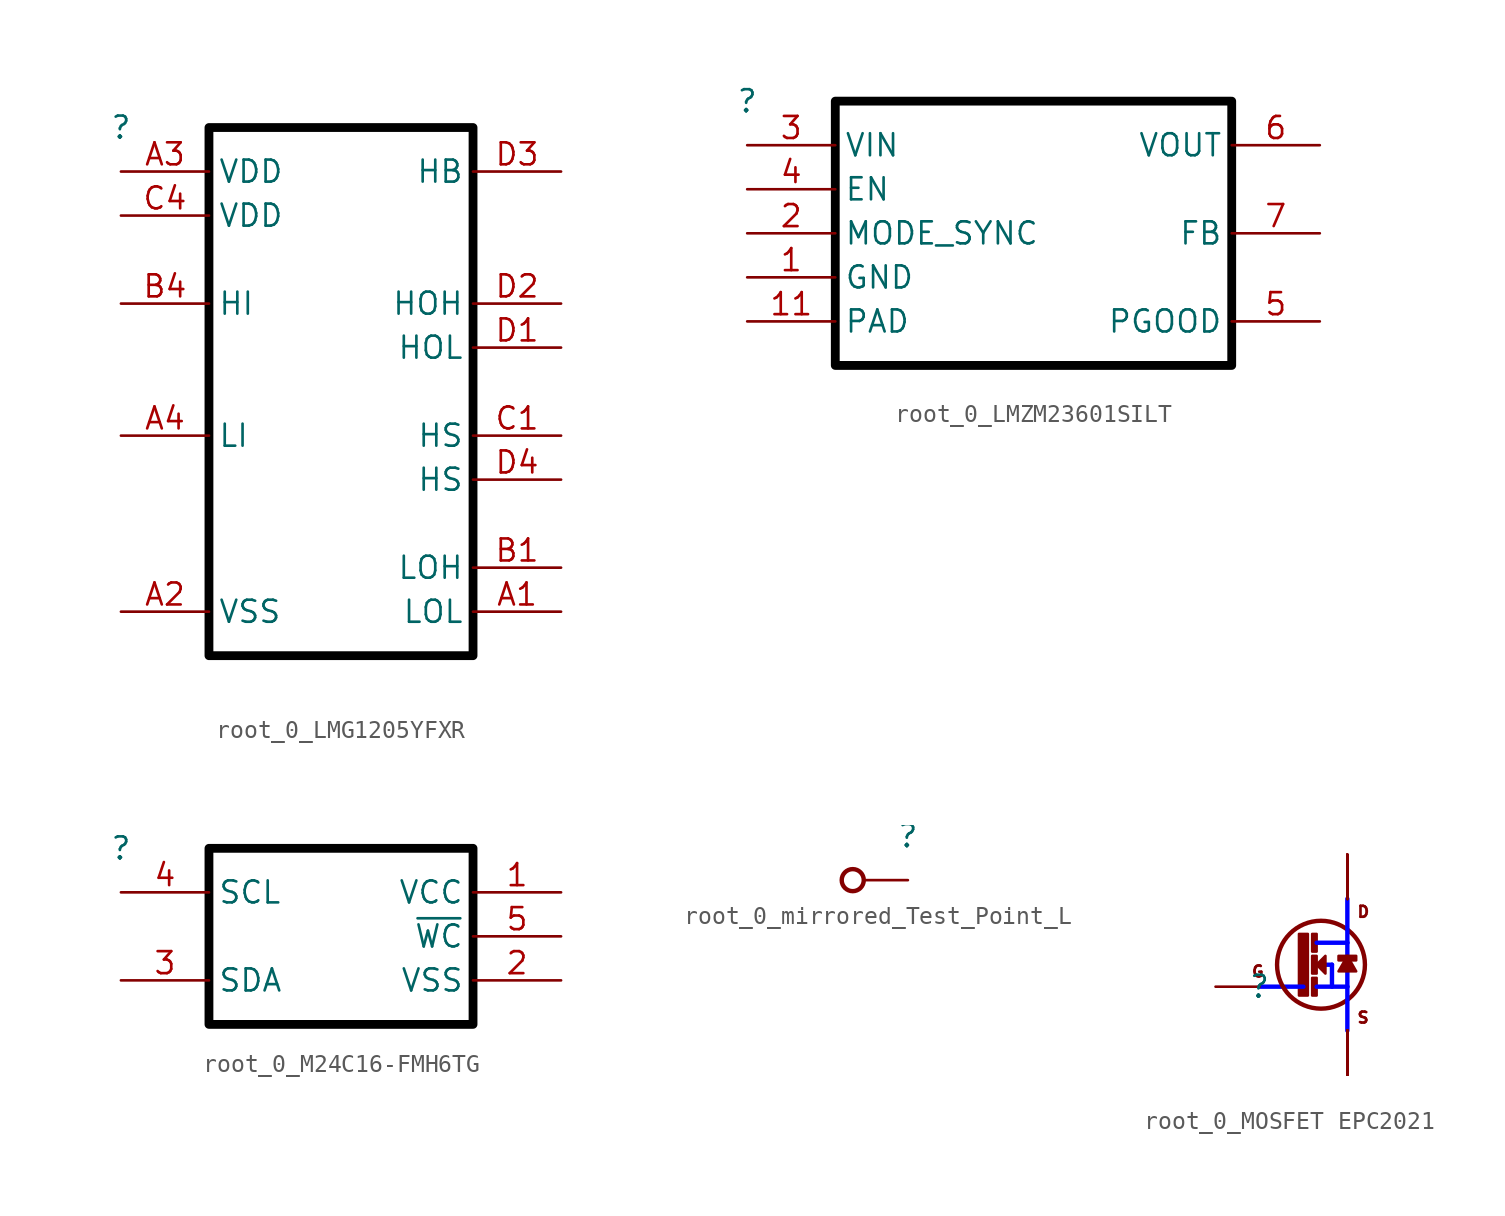
<source format=kicad_sym>
(kicad_symbol_lib
  (version 20220914)
  (generator kicad_symbol_editor)
  (symbol "root_0_LMG1205YFXR"
    (property "Reference" ""
      (at 0 0 0)
      (effects (font (size 1.27 1.27))))
    (property "Value" ""
      (at 0 0 0)
      (effects (font (size 1.27 1.27))))
    (symbol "root_0_LMG1205YFXR_1_0"
      (polyline (pts (xy 5.08 0) (xy 5.08 -30.48) (xy 20.32 -30.48) (xy 20.32 0) (xy 5.08 0)) (stroke (width 0.508) (type solid) (color 0 0 0 1)) (fill (type none)))
      (pin passive line (at 25.4 -27.94 180) (length 5.08) (name "LOL" (effects (font (size 1.27 1.27)))) (number "A1" (effects (font (size 1.27 1.27)))))
      (pin power_in line (at 0 -27.94 0) (length 5.08) (name "VSS" (effects (font (size 1.27 1.27)))) (number "A2" (effects (font (size 1.27 1.27)))))
      (pin power_in line (at 0 -2.54 0) (length 5.08) (name "VDD" (effects (font (size 1.27 1.27)))) (number "A3" (effects (font (size 1.27 1.27)))))
      (pin input line (at 0 -17.78 0) (length 5.08) (name "LI" (effects (font (size 1.27 1.27)))) (number "A4" (effects (font (size 1.27 1.27)))))
      (pin passive line (at 25.4 -25.4 180) (length 5.08) (name "LOH" (effects (font (size 1.27 1.27)))) (number "B1" (effects (font (size 1.27 1.27)))))
      (pin input line (at 0 -10.16 0) (length 5.08) (name "HI" (effects (font (size 1.27 1.27)))) (number "B4" (effects (font (size 1.27 1.27)))))
      (pin passive line (at 25.4 -17.78 180) (length 5.08) (name "HS" (effects (font (size 1.27 1.27)))) (number "C1" (effects (font (size 1.27 1.27)))))
      (pin power_in line (at 0 -5.08 0) (length 5.08) (name "VDD" (effects (font (size 1.27 1.27)))) (number "C4" (effects (font (size 1.27 1.27)))))
      (pin passive line (at 25.4 -12.7 180) (length 5.08) (name "HOL" (effects (font (size 1.27 1.27)))) (number "D1" (effects (font (size 1.27 1.27)))))
      (pin passive line (at 25.4 -10.16 180) (length 5.08) (name "HOH" (effects (font (size 1.27 1.27)))) (number "D2" (effects (font (size 1.27 1.27)))))
      (pin passive line (at 25.4 -2.54 180) (length 5.08) (name "HB" (effects (font (size 1.27 1.27)))) (number "D3" (effects (font (size 1.27 1.27)))))
      (pin passive line (at 25.4 -20.32 180) (length 5.08) (name "HS" (effects (font (size 1.27 1.27)))) (number "D4" (effects (font (size 1.27 1.27)))))))
  (symbol "root_0_LMZM23601SILT"
    (property "Reference" ""
      (at 0 0 0)
      (effects (font (size 1.27 1.27))))
    (property "Value" ""
      (at 0 0 0)
      (effects (font (size 1.27 1.27))))
    (symbol "root_0_LMZM23601SILT_1_0"
      (polyline (pts (xy 5.08 0) (xy 5.08 -15.24) (xy 27.94 -15.24) (xy 27.94 0) (xy 5.08 0)) (stroke (width 0.508) (type solid) (color 0 0 0 1)) (fill (type none)))
      (pin power_in line (at 0 -10.16 0) (length 5.08) (name "GND" (effects (font (size 1.27 1.27)))) (number "1" (effects (font (size 1.27 1.27)))))
      (pin power_in line (at 0 -12.7 0) (length 5.08) (name "PAD" (effects (font (size 1.27 1.27)))) (number "11" (effects (font (size 1.27 1.27)))))
      (pin input line (at 0 -7.62 0) (length 5.08) (name "MODE_SYNC" (effects (font (size 1.27 1.27)))) (number "2" (effects (font (size 1.27 1.27)))))
      (pin power_in line (at 0 -2.54 0) (length 5.08) (name "VIN" (effects (font (size 1.27 1.27)))) (number "3" (effects (font (size 1.27 1.27)))))
      (pin input line (at 0 -5.08 0) (length 5.08) (name "EN" (effects (font (size 1.27 1.27)))) (number "4" (effects (font (size 1.27 1.27)))))
      (pin open_collector line (at 33.02 -12.7 180) (length 5.08) (name "PGOOD" (effects (font (size 1.27 1.27)))) (number "5" (effects (font (size 1.27 1.27)))))
      (pin power_out line (at 33.02 -2.54 180) (length 5.08) (name "VOUT" (effects (font (size 1.27 1.27)))) (number "6" (effects (font (size 1.27 1.27)))))
      (pin input line (at 33.02 -7.62 180) (length 5.08) (name "FB" (effects (font (size 1.27 1.27)))) (number "7" (effects (font (size 1.27 1.27)))))))
  (symbol "root_0_M24C16-FMH6TG"
    (property "Reference" ""
      (at 0 0 0)
      (effects (font (size 1.27 1.27))))
    (property "Value" ""
      (at 0 0 0)
      (effects (font (size 1.27 1.27))))
    (symbol "root_0_M24C16-FMH6TG_1_0"
      (polyline (pts (xy 5.08 0) (xy 5.08 -10.16) (xy 20.32 -10.16) (xy 20.32 0) (xy 5.08 0)) (stroke (width 0.508) (type solid) (color 0 0 0 1)) (fill (type none)))
      (pin passive line (at 25.4 -2.54 180) (length 5.08) (name "VCC" (effects (font (size 1.27 1.27)))) (number "1" (effects (font (size 1.27 1.27)))))
      (pin passive line (at 25.4 -7.62 180) (length 5.08) (name "VSS" (effects (font (size 1.27 1.27)))) (number "2" (effects (font (size 1.27 1.27)))))
      (pin passive line (at 0 -7.62 0) (length 5.08) (name "SDA" (effects (font (size 1.27 1.27)))) (number "3" (effects (font (size 1.27 1.27)))))
      (pin input line (at 0 -2.54 0) (length 5.08) (name "SCL" (effects (font (size 1.27 1.27)))) (number "4" (effects (font (size 1.27 1.27)))))
      (pin passive line (at 25.4 -5.08 180) (length 5.08) (name "~{WC}" (effects (font (size 1.27 1.27)))) (number "5" (effects (font (size 1.27 1.27)))))))
  (symbol "root_0_mirrored_Test_Point_L"
    (property "Reference" ""
      (at 0 0 0)
      (effects (font (size 1.27 1.27))))
    (property "Value" ""
      (at 0 0 0)
      (effects (font (size 1.27 1.27))))
    (symbol "root_0_mirrored_Test_Point_L_1_0"
      (circle (center -3.175 -2.54) (radius 0.635) (stroke (width 0.254) (type solid)) (fill (type none)))
      (pin passive line (at 0 -2.54 180) (length 2.54) (name "1" (effects (font (size 0 0)))) (number "1" (effects (font (size 0 0)))))))
  (symbol "root_0_MOSFET EPC2021"
    (property "Reference" ""
      (at 0 0 0)
      (effects (font (size 1.27 1.27))))
    (property "Value" ""
      (at 0 0 0)
      (effects (font (size 1.27 1.27))))
    (symbol "root_0_MOSFET EPC2021_1_0"
      (polyline (pts (xy 2.54 0) (xy 0 0)) (stroke (width 0.254) (type solid) (color 0 0 255 1)) (fill (type none)))
      (polyline (pts (xy 3.175 1.27) (xy 4.191 1.27)) (stroke (width 0.254) (type solid) (color 0 0 255 1)) (fill (type none)))
      (polyline (pts (xy 3.302 0) (xy 5.08 0)) (stroke (width 0.254) (type solid) (color 0 0 255 1)) (fill (type none)))
      (polyline (pts (xy 3.302 2.54) (xy 5.08 2.54)) (stroke (width 0.254) (type solid) (color 0 0 255 1)) (fill (type none)))
      (polyline (pts (xy 4.191 1.27) (xy 4.191 0)) (stroke (width 0.254) (type solid) (color 0 0 255 1)) (fill (type none)))
      (polyline (pts (xy 5.08 -2.54) (xy 5.08 0)) (stroke (width 0.254) (type solid) (color 0 0 255 1)) (fill (type none)))
      (polyline (pts (xy 5.08 2.54) (xy 5.08 0)) (stroke (width 0.254) (type solid) (color 0 0 255 1)) (fill (type none)))
      (polyline (pts (xy 5.08 5.08) (xy 5.08 2.54)) (stroke (width 0.254) (type solid) (color 0 0 255 1)) (fill (type none)))
      (polyline (pts (xy 3.302 1.27) (xy 3.81 1.778) (xy 3.81 0.762) (xy 3.302 1.27)) (stroke (width 0) (type solid)) (fill (type outline)))
      (polyline (pts (xy 5.08 1.778) (xy 4.572 0.889) (xy 5.588 0.889) (xy 5.08 1.778)) (stroke (width 0) (type solid)) (fill (type outline)))
      (polyline (pts (xy 2.286 -0.508) (xy 2.794 -0.508) (xy 2.794 3.048) (xy 2.286 3.048) (xy 2.286 -0.508)) (stroke (width 0) (type solid)) (fill (type outline)))
      (rectangle (start 3.302 0.508) (end 3.048 -0.508) (stroke (width 0) (type solid)) (fill (type outline)))
      (rectangle (start 3.302 1.778) (end 3.048 0.762) (stroke (width 0) (type solid)) (fill (type outline)))
      (rectangle (start 3.302 3.048) (end 3.048 2.032) (stroke (width 0) (type solid)) (fill (type outline)))
      (circle (center 3.556 1.27) (radius 2.54) (stroke (width 0.254) (type solid)) (fill (type none)))
      (rectangle (start 5.588 1.778) (end 4.572 1.524) (stroke (width 0) (type solid)) (fill (type outline)))
      (text "D" (at 5.588 4.699 0) (effects (font (size 0.635 0.635)) (justify left top)))
      (text "G" (at -0.508 0.508 0) (effects (font (size 0.635 0.635)) (justify left bottom)))
      (text "S" (at 5.588 -2.159 0) (effects (font (size 0.635 0.635)) (justify left bottom)))
      (pin passive line (at -2.54 0 0) (length 2.54) (name "G" (effects (font (size 0 0)))) (number "1" (effects (font (size 0 0)))))
      (pin passive line (at 5.08 -5.08 90) (length 2.54) (name "S5" (effects (font (size 0 0)))) (number "10" (effects (font (size 0 0)))))
      (pin passive line (at 5.08 7.62 270) (length 2.54) (name "D5" (effects (font (size 0 0)))) (number "11" (effects (font (size 0 0)))))
      (pin passive line (at 5.08 7.62 270) (length 2.54) (name "D6" (effects (font (size 0 0)))) (number "12" (effects (font (size 0 0)))))
      (pin passive line (at 5.08 -5.08 90) (length 2.54) (name "S6" (effects (font (size 0 0)))) (number "13" (effects (font (size 0 0)))))
      (pin passive line (at 5.08 -5.08 90) (length 2.54) (name "S7" (effects (font (size 0 0)))) (number "14" (effects (font (size 0 0)))))
      (pin passive line (at 5.08 7.62 270) (length 2.54) (name "D7" (effects (font (size 0 0)))) (number "15" (effects (font (size 0 0)))))
      (pin passive line (at 5.08 7.62 270) (length 2.54) (name "D8" (effects (font (size 0 0)))) (number "16" (effects (font (size 0 0)))))
      (pin passive line (at 5.08 -5.08 90) (length 2.54) (name "S8" (effects (font (size 0 0)))) (number "17" (effects (font (size 0 0)))))
      (pin passive line (at 5.08 -5.08 90) (length 2.54) (name "S9" (effects (font (size 0 0)))) (number "18" (effects (font (size 0 0)))))
      (pin passive line (at 5.08 7.62 270) (length 2.54) (name "D9" (effects (font (size 0 0)))) (number "19" (effects (font (size 0 0)))))
      (pin passive line (at 5.08 -5.08 90) (length 2.54) (name "S1" (effects (font (size 0 0)))) (number "2" (effects (font (size 0 0)))))
      (pin passive line (at 5.08 7.62 270) (length 2.54) (name "D10" (effects (font (size 0 0)))) (number "20" (effects (font (size 0 0)))))
      (pin passive line (at 5.08 -5.08 90) (length 2.54) (name "S10" (effects (font (size 0 0)))) (number "21" (effects (font (size 0 0)))))
      (pin passive line (at 5.08 -5.08 90) (length 2.54) (name "S11" (effects (font (size 0 0)))) (number "22" (effects (font (size 0 0)))))
      (pin passive line (at 5.08 7.62 270) (length 2.54) (name "D11" (effects (font (size 0 0)))) (number "23" (effects (font (size 0 0)))))
      (pin passive line (at 5.08 7.62 270) (length 2.54) (name "D12" (effects (font (size 0 0)))) (number "24" (effects (font (size 0 0)))))
      (pin passive line (at 5.08 -5.08 90) (length 2.54) (name "S12" (effects (font (size 0 0)))) (number "25" (effects (font (size 0 0)))))
      (pin passive line (at 5.08 -5.08 90) (length 2.54) (name "S13" (effects (font (size 0 0)))) (number "26" (effects (font (size 0 0)))))
      (pin passive line (at 5.08 7.62 270) (length 2.54) (name "D13" (effects (font (size 0 0)))) (number "27" (effects (font (size 0 0)))))
      (pin passive line (at 5.08 7.62 270) (length 2.54) (name "D14" (effects (font (size 0 0)))) (number "28" (effects (font (size 0 0)))))
      (pin passive line (at 5.08 -5.08 90) (length 2.54) (name "S14" (effects (font (size 0 0)))) (number "29" (effects (font (size 0 0)))))
      (pin passive line (at 5.08 7.62 270) (length 2.54) (name "D1" (effects (font (size 0 0)))) (number "3" (effects (font (size 0 0)))))
      (pin passive line (at 5.08 -5.08 90) (length 2.54) (name "Sub" (effects (font (size 0 0)))) (number "30" (effects (font (size 0 0)))))
      (pin passive line (at 5.08 7.62 270) (length 2.54) (name "D2" (effects (font (size 0 0)))) (number "4" (effects (font (size 0 0)))))
      (pin passive line (at 5.08 -5.08 90) (length 2.54) (name "S2" (effects (font (size 0 0)))) (number "5" (effects (font (size 0 0)))))
      (pin passive line (at 5.08 -5.08 90) (length 2.54) (name "S3" (effects (font (size 0 0)))) (number "6" (effects (font (size 0 0)))))
      (pin passive line (at 5.08 7.62 270) (length 2.54) (name "D3" (effects (font (size 0 0)))) (number "7" (effects (font (size 0 0)))))
      (pin passive line (at 5.08 7.62 270) (length 2.54) (name "D4" (effects (font (size 0 0)))) (number "8" (effects (font (size 0 0)))))
      (pin passive line (at 5.08 -5.08 90) (length 2.54) (name "S4" (effects (font (size 0 0)))) (number "9" (effects (font (size 0 0))))))))
</source>
